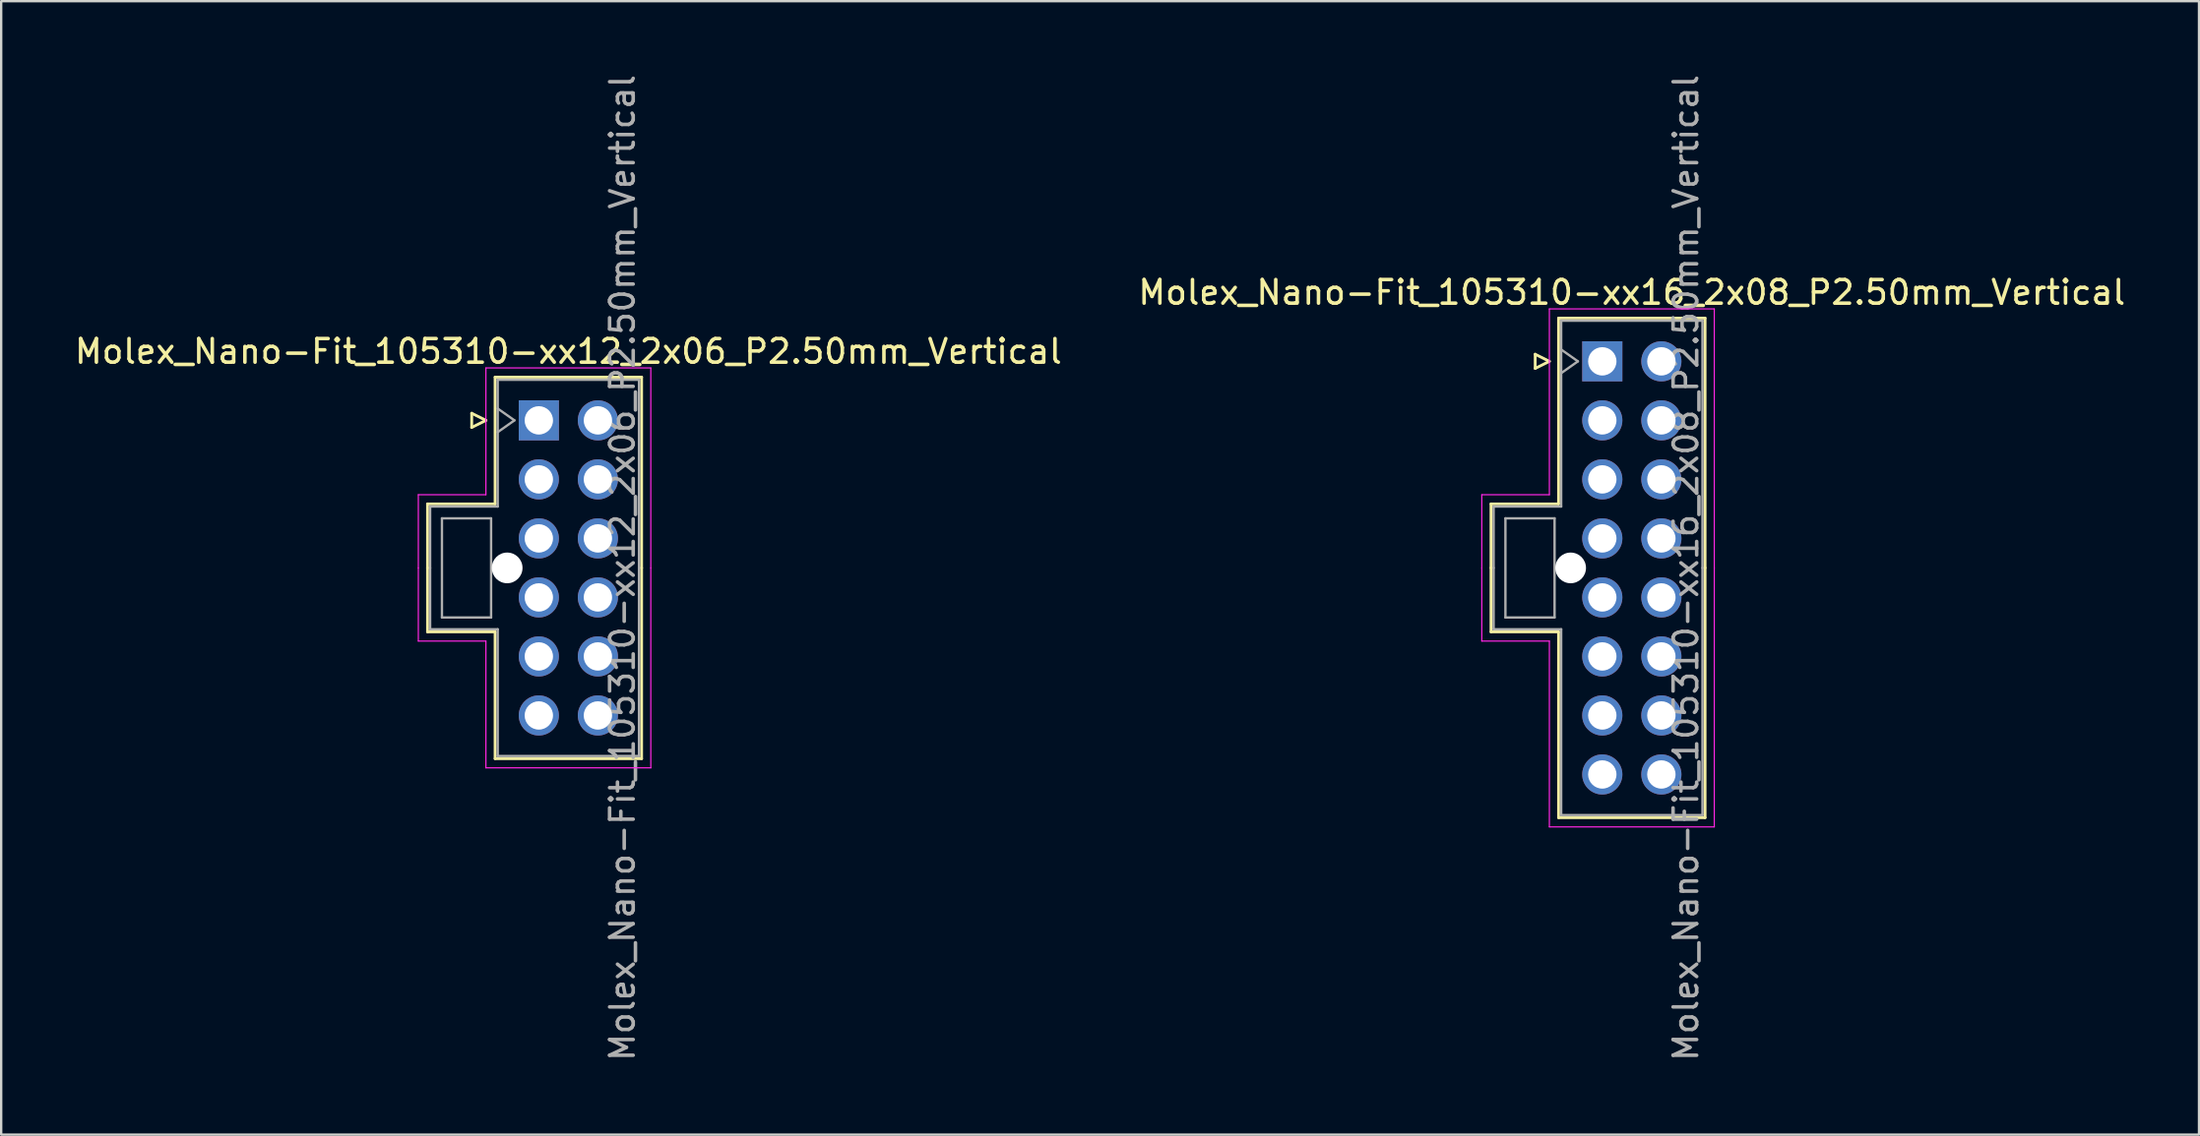
<source format=kicad_pcb>
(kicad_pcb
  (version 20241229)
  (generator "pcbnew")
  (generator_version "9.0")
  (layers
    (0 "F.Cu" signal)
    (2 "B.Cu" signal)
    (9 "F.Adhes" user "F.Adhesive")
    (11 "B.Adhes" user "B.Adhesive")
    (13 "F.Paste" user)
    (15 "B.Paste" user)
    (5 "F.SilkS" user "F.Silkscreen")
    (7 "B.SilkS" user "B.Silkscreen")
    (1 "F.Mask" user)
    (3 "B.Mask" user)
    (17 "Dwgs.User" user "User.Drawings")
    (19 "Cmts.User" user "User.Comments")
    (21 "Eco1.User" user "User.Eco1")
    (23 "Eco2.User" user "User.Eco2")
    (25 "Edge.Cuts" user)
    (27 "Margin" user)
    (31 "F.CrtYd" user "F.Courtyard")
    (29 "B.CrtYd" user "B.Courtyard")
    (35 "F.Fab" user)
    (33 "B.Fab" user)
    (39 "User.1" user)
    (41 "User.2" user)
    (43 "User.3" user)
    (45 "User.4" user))
  (footprint "Molex_Nano-Fit_105310-xx12_2x06_P2.50mm_Vertical"
    (layer "F.Cu")
    (at 19.756 14.756)
    (property "Reference" "Molex_Nano-Fit_105310-xx12_2x06_P2.50mm_Vertical" (at 1.25 -2.92 0) (layer "F.SilkS") (effects (font (size 1 1) (thickness 0.15))))
    (attr through_hole)
    (fp_line (start -4.71 3.54) (end -4.71 6.25) (stroke (width 0.12) (type solid)) (layer "F.SilkS"))
    (fp_line (start -4.71 8.96) (end -4.71 6.25) (stroke (width 0.12) (type solid)) (layer "F.SilkS"))
    (fp_line (start -2.84 -0.3) (end -2.24 0) (stroke (width 0.12) (type solid)) (layer "F.SilkS"))
    (fp_line (start -2.84 0.3) (end -2.84 -0.3) (stroke (width 0.12) (type solid)) (layer "F.SilkS"))
    (fp_line (start -2.24 0) (end -2.84 0.3) (stroke (width 0.12) (type solid)) (layer "F.SilkS"))
    (fp_line (start -1.85 -1.83) (end -1.85 3.54) (stroke (width 0.12) (type solid)) (layer "F.SilkS"))
    (fp_line (start -1.85 3.54) (end -4.71 3.54) (stroke (width 0.12) (type solid)) (layer "F.SilkS"))
    (fp_line (start -1.85 8.96) (end -4.71 8.96) (stroke (width 0.12) (type solid)) (layer "F.SilkS"))
    (fp_line (start -1.85 14.33) (end -1.85 8.96) (stroke (width 0.12) (type solid)) (layer "F.SilkS"))
    (fp_line (start 4.35 -1.83) (end -1.85 -1.83) (stroke (width 0.12) (type solid)) (layer "F.SilkS"))
    (fp_line (start 4.35 6.25) (end 4.35 -1.83) (stroke (width 0.12) (type solid)) (layer "F.SilkS"))
    (fp_line (start 4.35 6.25) (end 4.35 14.33) (stroke (width 0.12) (type solid)) (layer "F.SilkS"))
    (fp_line (start 4.35 14.33) (end -1.85 14.33) (stroke (width 0.12) (type solid)) (layer "F.SilkS"))
    (fp_line (start -5.1 3.15) (end -5.1 6.25) (stroke (width 0.05) (type solid)) (layer "F.CrtYd"))
    (fp_line (start -5.1 9.35) (end -5.1 6.25) (stroke (width 0.05) (type solid)) (layer "F.CrtYd"))
    (fp_line (start -2.24 -2.22) (end -2.24 3.15) (stroke (width 0.05) (type solid)) (layer "F.CrtYd"))
    (fp_line (start -2.24 3.15) (end -5.1 3.15) (stroke (width 0.05) (type solid)) (layer "F.CrtYd"))
    (fp_line (start -2.24 9.35) (end -5.1 9.35) (stroke (width 0.05) (type solid)) (layer "F.CrtYd"))
    (fp_line (start -2.24 14.72) (end -2.24 9.35) (stroke (width 0.05) (type solid)) (layer "F.CrtYd"))
    (fp_line (start 4.74 -2.22) (end -2.24 -2.22) (stroke (width 0.05) (type solid)) (layer "F.CrtYd"))
    (fp_line (start 4.74 6.25) (end 4.74 -2.22) (stroke (width 0.05) (type solid)) (layer "F.CrtYd"))
    (fp_line (start 4.74 6.25) (end 4.74 14.72) (stroke (width 0.05) (type solid)) (layer "F.CrtYd"))
    (fp_line (start 4.74 14.72) (end -2.24 14.72) (stroke (width 0.05) (type solid)) (layer "F.CrtYd"))
    (fp_line (start -4.6 3.65) (end -4.6 6.25) (stroke (width 0.1) (type solid)) (layer "F.Fab"))
    (fp_line (start -4.6 8.85) (end -4.6 6.25) (stroke (width 0.1) (type solid)) (layer "F.Fab"))
    (fp_line (start -4.1 4.15) (end -4.1 8.35) (stroke (width 0.1) (type solid)) (layer "F.Fab"))
    (fp_line (start -4.1 8.35) (end -2.02 8.35) (stroke (width 0.1) (type solid)) (layer "F.Fab"))
    (fp_line (start -2.02 4.15) (end -4.1 4.15) (stroke (width 0.1) (type solid)) (layer "F.Fab"))
    (fp_line (start -2.02 8.35) (end -2.02 4.15) (stroke (width 0.1) (type solid)) (layer "F.Fab"))
    (fp_line (start -1.74 -1.72) (end -1.74 3.65) (stroke (width 0.1) (type solid)) (layer "F.Fab"))
    (fp_line (start -1.74 -0.5) (end -1.033 0) (stroke (width 0.1) (type solid)) (layer "F.Fab"))
    (fp_line (start -1.74 3.65) (end -4.6 3.65) (stroke (width 0.1) (type solid)) (layer "F.Fab"))
    (fp_line (start -1.74 8.85) (end -4.6 8.85) (stroke (width 0.1) (type solid)) (layer "F.Fab"))
    (fp_line (start -1.74 14.22) (end -1.74 8.85) (stroke (width 0.1) (type solid)) (layer "F.Fab"))
    (fp_line (start -1.033 0) (end -1.74 0.5) (stroke (width 0.1) (type solid)) (layer "F.Fab"))
    (fp_line (start 4.24 -1.72) (end -1.74 -1.72) (stroke (width 0.1) (type solid)) (layer "F.Fab"))
    (fp_line (start 4.24 6.25) (end 4.24 -1.72) (stroke (width 0.1) (type solid)) (layer "F.Fab"))
    (fp_line (start 4.24 6.25) (end 4.24 14.22) (stroke (width 0.1) (type solid)) (layer "F.Fab"))
    (fp_line (start 4.24 14.22) (end -1.74 14.22) (stroke (width 0.1) (type solid)) (layer "F.Fab"))
    (fp_text user "${REFERENCE}" (at 3.54 6.25 90) (layer "F.Fab") (effects (font (size 1 1) (thickness 0.15))))
    (pad "" np_thru_hole circle (at -1.34 6.25) (size 1.3 1.3) (drill 1.3) (layers "*.Cu" "*.Mask"))
    (pad "1" thru_hole rect (at 0 0) (size 1.7 1.7) (drill 1.2) (layers "*.Cu" "*.Mask"))
    (pad "2" thru_hole circle (at 0 2.5) (size 1.7 1.7) (drill 1.2) (layers "*.Cu" "*.Mask"))
    (pad "3" thru_hole circle (at 0 5) (size 1.7 1.7) (drill 1.2) (layers "*.Cu" "*.Mask"))
    (pad "4" thru_hole circle (at 0 7.5) (size 1.7 1.7) (drill 1.2) (layers "*.Cu" "*.Mask"))
    (pad "5" thru_hole circle (at 0 10) (size 1.7 1.7) (drill 1.2) (layers "*.Cu" "*.Mask"))
    (pad "6" thru_hole circle (at 0 12.5) (size 1.7 1.7) (drill 1.2) (layers "*.Cu" "*.Mask"))
    (pad "7" thru_hole circle (at 2.5 0) (size 1.7 1.7) (drill 1.2) (layers "*.Cu" "*.Mask"))
    (pad "8" thru_hole circle (at 2.5 2.5) (size 1.7 1.7) (drill 1.2) (layers "*.Cu" "*.Mask"))
    (pad "9" thru_hole circle (at 2.5 5) (size 1.7 1.7) (drill 1.2) (layers "*.Cu" "*.Mask"))
    (pad "10" thru_hole circle (at 2.5 7.5) (size 1.7 1.7) (drill 1.2) (layers "*.Cu" "*.Mask"))
    (pad "11" thru_hole circle (at 2.5 10) (size 1.7 1.7) (drill 1.2) (layers "*.Cu" "*.Mask"))
    (pad "12" thru_hole circle (at 2.5 12.5) (size 1.7 1.7) (drill 1.2) (layers "*.Cu" "*.Mask")))
  (footprint "Molex_Nano-Fit_105310-xx16_2x08_P2.50mm_Vertical"
    (layer "F.Cu")
    (at 64.768 12.256)
    (property "Reference" "Molex_Nano-Fit_105310-xx16_2x08_P2.50mm_Vertical" (at 1.25 -2.92 0) (layer "F.SilkS") (effects (font (size 1 1) (thickness 0.15))))
    (attr through_hole)
    (fp_line (start -4.71 6.04) (end -4.71 8.75) (stroke (width 0.12) (type solid)) (layer "F.SilkS"))
    (fp_line (start -4.71 11.46) (end -4.71 8.75) (stroke (width 0.12) (type solid)) (layer "F.SilkS"))
    (fp_line (start -2.84 -0.3) (end -2.24 0) (stroke (width 0.12) (type solid)) (layer "F.SilkS"))
    (fp_line (start -2.84 0.3) (end -2.84 -0.3) (stroke (width 0.12) (type solid)) (layer "F.SilkS"))
    (fp_line (start -2.24 0) (end -2.84 0.3) (stroke (width 0.12) (type solid)) (layer "F.SilkS"))
    (fp_line (start -1.85 -1.83) (end -1.85 6.04) (stroke (width 0.12) (type solid)) (layer "F.SilkS"))
    (fp_line (start -1.85 6.04) (end -4.71 6.04) (stroke (width 0.12) (type solid)) (layer "F.SilkS"))
    (fp_line (start -1.85 11.46) (end -4.71 11.46) (stroke (width 0.12) (type solid)) (layer "F.SilkS"))
    (fp_line (start -1.85 19.33) (end -1.85 11.46) (stroke (width 0.12) (type solid)) (layer "F.SilkS"))
    (fp_line (start 4.35 -1.83) (end -1.85 -1.83) (stroke (width 0.12) (type solid)) (layer "F.SilkS"))
    (fp_line (start 4.35 8.75) (end 4.35 -1.83) (stroke (width 0.12) (type solid)) (layer "F.SilkS"))
    (fp_line (start 4.35 8.75) (end 4.35 19.33) (stroke (width 0.12) (type solid)) (layer "F.SilkS"))
    (fp_line (start 4.35 19.33) (end -1.85 19.33) (stroke (width 0.12) (type solid)) (layer "F.SilkS"))
    (fp_line (start -5.1 5.65) (end -5.1 8.75) (stroke (width 0.05) (type solid)) (layer "F.CrtYd"))
    (fp_line (start -5.1 11.85) (end -5.1 8.75) (stroke (width 0.05) (type solid)) (layer "F.CrtYd"))
    (fp_line (start -2.24 -2.22) (end -2.24 5.65) (stroke (width 0.05) (type solid)) (layer "F.CrtYd"))
    (fp_line (start -2.24 5.65) (end -5.1 5.65) (stroke (width 0.05) (type solid)) (layer "F.CrtYd"))
    (fp_line (start -2.24 11.85) (end -5.1 11.85) (stroke (width 0.05) (type solid)) (layer "F.CrtYd"))
    (fp_line (start -2.24 19.72) (end -2.24 11.85) (stroke (width 0.05) (type solid)) (layer "F.CrtYd"))
    (fp_line (start 4.74 -2.22) (end -2.24 -2.22) (stroke (width 0.05) (type solid)) (layer "F.CrtYd"))
    (fp_line (start 4.74 8.75) (end 4.74 -2.22) (stroke (width 0.05) (type solid)) (layer "F.CrtYd"))
    (fp_line (start 4.74 8.75) (end 4.74 19.72) (stroke (width 0.05) (type solid)) (layer "F.CrtYd"))
    (fp_line (start 4.74 19.72) (end -2.24 19.72) (stroke (width 0.05) (type solid)) (layer "F.CrtYd"))
    (fp_line (start -4.6 6.15) (end -4.6 8.75) (stroke (width 0.1) (type solid)) (layer "F.Fab"))
    (fp_line (start -4.6 11.35) (end -4.6 8.75) (stroke (width 0.1) (type solid)) (layer "F.Fab"))
    (fp_line (start -4.1 6.65) (end -4.1 10.85) (stroke (width 0.1) (type solid)) (layer "F.Fab"))
    (fp_line (start -4.1 10.85) (end -2.02 10.85) (stroke (width 0.1) (type solid)) (layer "F.Fab"))
    (fp_line (start -2.02 6.65) (end -4.1 6.65) (stroke (width 0.1) (type solid)) (layer "F.Fab"))
    (fp_line (start -2.02 10.85) (end -2.02 6.65) (stroke (width 0.1) (type solid)) (layer "F.Fab"))
    (fp_line (start -1.74 -1.72) (end -1.74 6.15) (stroke (width 0.1) (type solid)) (layer "F.Fab"))
    (fp_line (start -1.74 -0.5) (end -1.033 0) (stroke (width 0.1) (type solid)) (layer "F.Fab"))
    (fp_line (start -1.74 6.15) (end -4.6 6.15) (stroke (width 0.1) (type solid)) (layer "F.Fab"))
    (fp_line (start -1.74 11.35) (end -4.6 11.35) (stroke (width 0.1) (type solid)) (layer "F.Fab"))
    (fp_line (start -1.74 19.22) (end -1.74 11.35) (stroke (width 0.1) (type solid)) (layer "F.Fab"))
    (fp_line (start -1.033 0) (end -1.74 0.5) (stroke (width 0.1) (type solid)) (layer "F.Fab"))
    (fp_line (start 4.24 -1.72) (end -1.74 -1.72) (stroke (width 0.1) (type solid)) (layer "F.Fab"))
    (fp_line (start 4.24 8.75) (end 4.24 -1.72) (stroke (width 0.1) (type solid)) (layer "F.Fab"))
    (fp_line (start 4.24 8.75) (end 4.24 19.22) (stroke (width 0.1) (type solid)) (layer "F.Fab"))
    (fp_line (start 4.24 19.22) (end -1.74 19.22) (stroke (width 0.1) (type solid)) (layer "F.Fab"))
    (fp_text user "${REFERENCE}" (at 3.54 8.75 90) (layer "F.Fab") (effects (font (size 1 1) (thickness 0.15))))
    (pad "" np_thru_hole circle (at -1.34 8.75) (size 1.3 1.3) (drill 1.3) (layers "*.Cu" "*.Mask"))
    (pad "1" thru_hole rect (at 0 0) (size 1.7 1.7) (drill 1.2) (layers "*.Cu" "*.Mask"))
    (pad "2" thru_hole circle (at 0 2.5) (size 1.7 1.7) (drill 1.2) (layers "*.Cu" "*.Mask"))
    (pad "3" thru_hole circle (at 0 5) (size 1.7 1.7) (drill 1.2) (layers "*.Cu" "*.Mask"))
    (pad "4" thru_hole circle (at 0 7.5) (size 1.7 1.7) (drill 1.2) (layers "*.Cu" "*.Mask"))
    (pad "5" thru_hole circle (at 0 10) (size 1.7 1.7) (drill 1.2) (layers "*.Cu" "*.Mask"))
    (pad "6" thru_hole circle (at 0 12.5) (size 1.7 1.7) (drill 1.2) (layers "*.Cu" "*.Mask"))
    (pad "7" thru_hole circle (at 0 15) (size 1.7 1.7) (drill 1.2) (layers "*.Cu" "*.Mask"))
    (pad "8" thru_hole circle (at 0 17.5) (size 1.7 1.7) (drill 1.2) (layers "*.Cu" "*.Mask"))
    (pad "9" thru_hole circle (at 2.5 0) (size 1.7 1.7) (drill 1.2) (layers "*.Cu" "*.Mask"))
    (pad "10" thru_hole circle (at 2.5 2.5) (size 1.7 1.7) (drill 1.2) (layers "*.Cu" "*.Mask"))
    (pad "11" thru_hole circle (at 2.5 5) (size 1.7 1.7) (drill 1.2) (layers "*.Cu" "*.Mask"))
    (pad "12" thru_hole circle (at 2.5 7.5) (size 1.7 1.7) (drill 1.2) (layers "*.Cu" "*.Mask"))
    (pad "13" thru_hole circle (at 2.5 10) (size 1.7 1.7) (drill 1.2) (layers "*.Cu" "*.Mask"))
    (pad "14" thru_hole circle (at 2.5 12.5) (size 1.7 1.7) (drill 1.2) (layers "*.Cu" "*.Mask"))
    (pad "15" thru_hole circle (at 2.5 15) (size 1.7 1.7) (drill 1.2) (layers "*.Cu" "*.Mask"))
    (pad "16" thru_hole circle (at 2.5 17.5) (size 1.7 1.7) (drill 1.2) (layers "*.Cu" "*.Mask")))
  (gr_rect
    (start -3 -3)
    (end 90.024 45.012)
    (stroke (width 0.1) (type default))
    (fill no)
    (layer "Edge.Cuts")))
</source>
